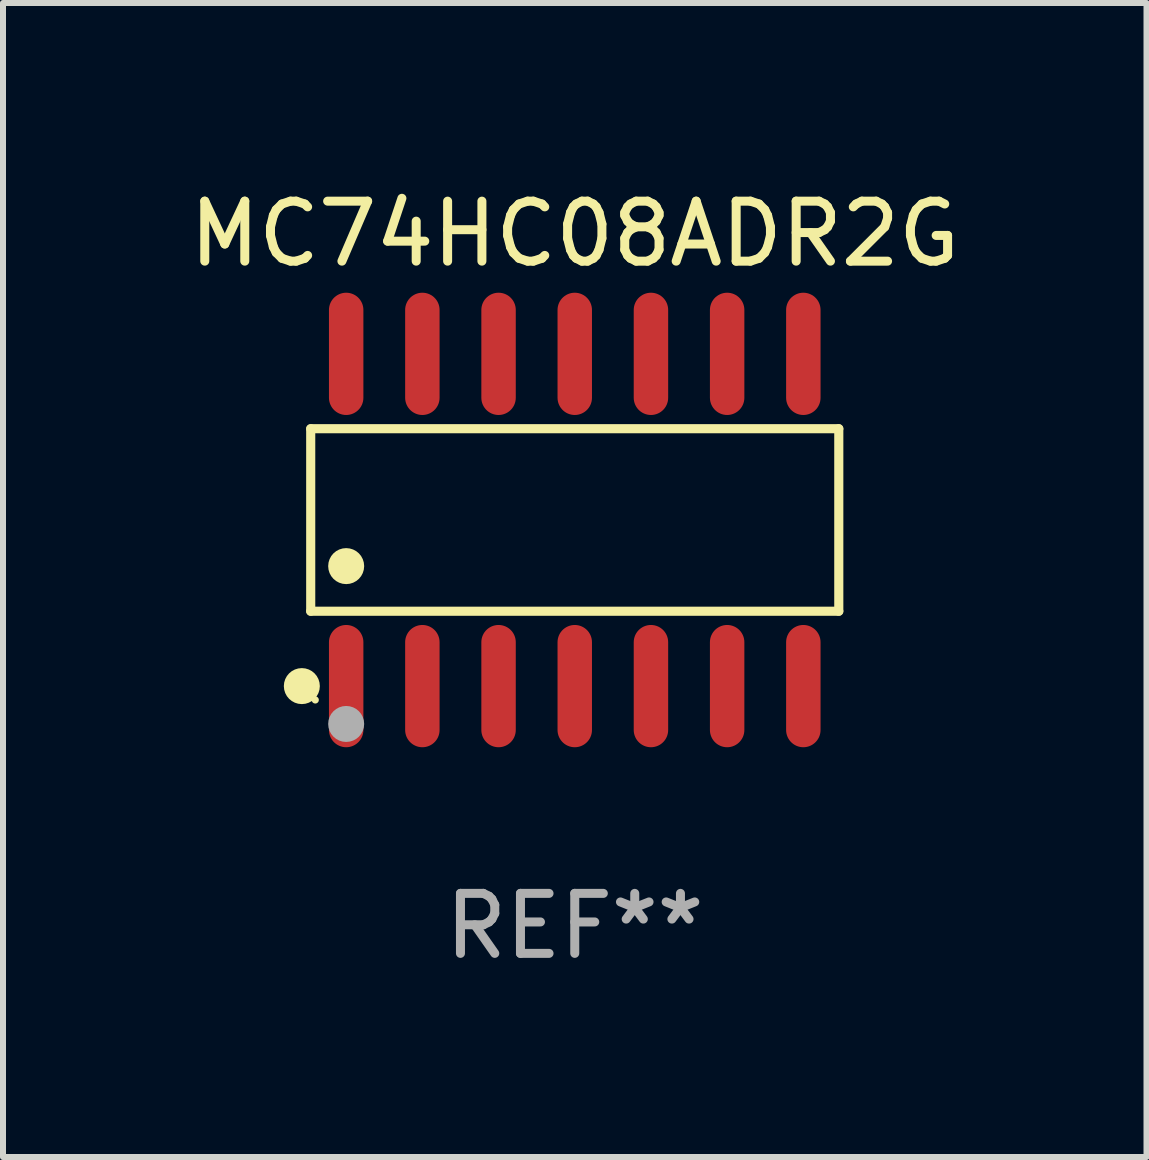
<source format=kicad_pcb>
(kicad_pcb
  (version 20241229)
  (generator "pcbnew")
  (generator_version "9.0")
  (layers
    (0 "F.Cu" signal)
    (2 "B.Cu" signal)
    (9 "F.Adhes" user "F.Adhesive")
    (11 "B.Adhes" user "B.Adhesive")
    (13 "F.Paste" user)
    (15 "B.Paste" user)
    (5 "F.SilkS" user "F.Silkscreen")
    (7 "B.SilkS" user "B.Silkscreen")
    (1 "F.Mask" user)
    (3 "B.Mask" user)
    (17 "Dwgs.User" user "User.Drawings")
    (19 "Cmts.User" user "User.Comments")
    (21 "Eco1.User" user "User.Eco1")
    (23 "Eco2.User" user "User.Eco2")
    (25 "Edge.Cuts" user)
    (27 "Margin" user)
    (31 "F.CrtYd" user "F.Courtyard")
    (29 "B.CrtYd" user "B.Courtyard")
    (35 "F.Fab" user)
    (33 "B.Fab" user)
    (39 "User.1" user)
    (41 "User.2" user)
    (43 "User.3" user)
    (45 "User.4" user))
  (footprint "MC74HC08ADR2G"
    (layer "F.Cu")
    (at 6.53 5.617)
    (property "Reference" "MC74HC08ADR2G" (at 0 -4.769 0) (layer "F.SilkS") (effects (font (size 1 1) (thickness 0.15))))
    (attr through_hole)
    (fp_line (start -4.401 -1.521) (end 4.401 -1.521) (stroke (width 0.152) (type solid)) (layer "F.SilkS"))
    (fp_line (start -4.401 1.521) (end -4.401 -1.521) (stroke (width 0.152) (type solid)) (layer "F.SilkS"))
    (fp_line (start 4.401 -1.521) (end 4.401 1.521) (stroke (width 0.152) (type solid)) (layer "F.SilkS"))
    (fp_line (start 4.401 1.521) (end -4.401 1.521) (stroke (width 0.152) (type solid)) (layer "F.SilkS"))
    (fp_circle (center -4.549 2.769) (end -4.399 2.769) (stroke (width 0.3) (type solid)) (fill no) (layer "F.SilkS"))
    (fp_circle (center -4.325 3) (end -4.295 3) (stroke (width 0.06) (type solid)) (fill no) (layer "F.SilkS"))
    (fp_circle (center -3.81 0.769) (end -3.66 0.769) (stroke (width 0.3) (type solid)) (fill no) (layer "F.SilkS"))
    (fp_circle (center -3.81 3.4) (end -3.66 3.4) (stroke (width 0.3) (type solid)) (fill no) (layer "F.Fab"))
    (fp_text user "REF**" (at 0 6.769 0) (layer "F.Fab") (effects (font (size 1 1) (thickness 0.15))))
    (pad "1" smd oval (at -3.81 2.769) (size 0.574 2.038) (layers "F.Cu" "F.Mask" "F.Paste"))
    (pad "2" smd oval (at -2.54 2.769) (size 0.574 2.038) (layers "F.Cu" "F.Mask" "F.Paste"))
    (pad "3" smd oval (at -1.27 2.769) (size 0.574 2.038) (layers "F.Cu" "F.Mask" "F.Paste"))
    (pad "4" smd oval (at 0 2.769) (size 0.574 2.038) (layers "F.Cu" "F.Mask" "F.Paste"))
    (pad "5" smd oval (at 1.27 2.769) (size 0.574 2.038) (layers "F.Cu" "F.Mask" "F.Paste"))
    (pad "6" smd oval (at 2.54 2.769) (size 0.574 2.038) (layers "F.Cu" "F.Mask" "F.Paste"))
    (pad "7" smd oval (at 3.81 2.769) (size 0.574 2.038) (layers "F.Cu" "F.Mask" "F.Paste"))
    (pad "8" smd oval (at 3.81 -2.769) (size 0.574 2.038) (layers "F.Cu" "F.Mask" "F.Paste"))
    (pad "9" smd oval (at 2.54 -2.769) (size 0.574 2.038) (layers "F.Cu" "F.Mask" "F.Paste"))
    (pad "10" smd oval (at 1.27 -2.769) (size 0.574 2.038) (layers "F.Cu" "F.Mask" "F.Paste"))
    (pad "11" smd oval (at 0 -2.769) (size 0.574 2.038) (layers "F.Cu" "F.Mask" "F.Paste"))
    (pad "12" smd oval (at -1.27 -2.769) (size 0.574 2.038) (layers "F.Cu" "F.Mask" "F.Paste"))
    (pad "13" smd oval (at -2.54 -2.769) (size 0.574 2.038) (layers "F.Cu" "F.Mask" "F.Paste"))
    (pad "14" smd oval (at -3.81 -2.769) (size 0.574 2.038) (layers "F.Cu" "F.Mask" "F.Paste")))
  (gr_rect
    (start -3 -3)
    (end 16.06 16.235)
    (stroke (width 0.1) (type default))
    (fill no)
    (layer "Edge.Cuts")))
</source>
